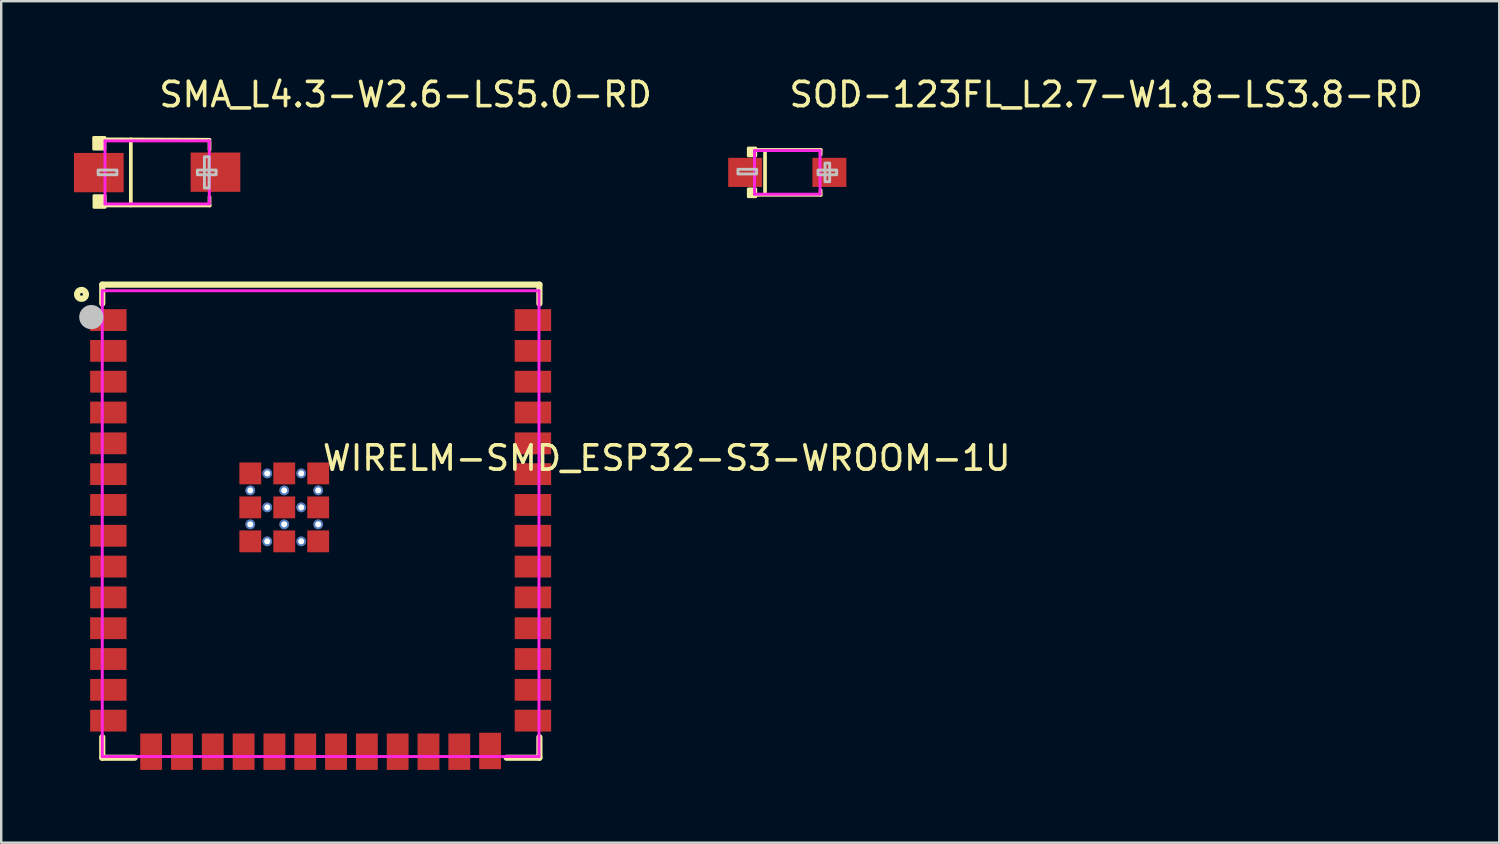
<source format=kicad_pcb>
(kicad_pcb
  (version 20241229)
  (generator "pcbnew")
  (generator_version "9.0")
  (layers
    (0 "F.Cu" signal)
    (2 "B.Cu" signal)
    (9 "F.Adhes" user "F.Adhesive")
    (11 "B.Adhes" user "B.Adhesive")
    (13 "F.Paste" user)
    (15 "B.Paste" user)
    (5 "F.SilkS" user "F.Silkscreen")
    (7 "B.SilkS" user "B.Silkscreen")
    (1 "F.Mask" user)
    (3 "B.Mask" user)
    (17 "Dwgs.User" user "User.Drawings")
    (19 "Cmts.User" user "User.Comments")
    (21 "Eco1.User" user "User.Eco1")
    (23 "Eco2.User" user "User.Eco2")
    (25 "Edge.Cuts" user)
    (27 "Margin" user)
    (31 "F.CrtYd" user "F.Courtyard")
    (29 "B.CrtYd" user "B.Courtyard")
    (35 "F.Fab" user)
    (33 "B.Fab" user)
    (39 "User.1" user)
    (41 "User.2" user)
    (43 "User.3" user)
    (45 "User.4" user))
  (footprint "SMA_L4.3-W2.6-LS5.0-RD"
    (layer "F.Cu")
    (at 3.427 4.055)
    (property "Reference" "SMA_L4.3-W2.6-LS5.0-RD" (at 0 -3.207 0) (layer "F.SilkS") (effects (font (size 1 1) (thickness 0.15)) (justify left)))
    (attr through_hole)
    (fp_line (start -2.526 -1.364) (end 2.159 -1.346) (stroke (width 0.152) (type solid)) (layer "F.SilkS"))
    (fp_line (start -2.504 1.364) (end 2.165 1.364) (stroke (width 0.152) (type solid)) (layer "F.SilkS"))
    (fp_line (start -1.085 -1.364) (end -1.085 1.364) (stroke (width 0.152) (type solid)) (layer "F.SilkS"))
    (fp_line (start 2.159 -1.27) (end 2.159 -0.919) (stroke (width 0.152) (type solid)) (layer "F.SilkS"))
    (fp_line (start 2.159 1.364) (end 2.159 1.013) (stroke (width 0.152) (type solid)) (layer "F.SilkS"))
    (fp_poly (pts (xy -2.158 -1.44) (xy -2.158 -0.962) (xy -2.615 -0.962) (xy -2.615 -1.44)) (stroke (width 0.12) (type solid)) (fill yes) (layer "F.SilkS"))
    (fp_poly (pts (xy -2.145 1.44) (xy -2.145 0.962) (xy -2.602 0.962) (xy -2.602 1.44)) (stroke (width 0.12) (type solid)) (fill yes) (layer "F.SilkS"))
    (fp_poly (pts (xy -2.432 0.097) (xy -2.432 -0.097) (xy -1.659 -0.097) (xy -1.659 0.097)) (stroke (width 0.12) (type solid)) (fill no) (layer "Dwgs.User"))
    (fp_poly (pts (xy 2.142 0.644) (xy 2.142 -0.644) (xy 1.949 -0.644) (xy 1.949 0.644)) (stroke (width 0.12) (type solid)) (fill no) (layer "Dwgs.User"))
    (fp_poly (pts (xy 2.432 0.097) (xy 2.432 -0.097) (xy 1.659 -0.097) (xy 1.659 0.097)) (stroke (width 0.12) (type solid)) (fill no) (layer "Dwgs.User"))
    (fp_circle (center -2.5 1.3) (end -2.47 1.3) (stroke (width 0.06) (type solid)) (fill no) (layer "Eco2.User"))
    (fp_poly (pts (xy -2.5 -0.75) (xy -2.5 0.75) (xy -1.36 0.75) (xy -1.36 -0.75)) (stroke (width 0.12) (type solid)) (fill no) (layer "Eco2.User"))
    (fp_poly (pts (xy 2.5 0.75) (xy 2.5 -0.75) (xy 1.36 -0.75) (xy 1.36 0.75)) (stroke (width 0.12) (type solid)) (fill no) (layer "Eco2.User"))
    (fp_line (start -2.15 -1.3) (end 2.15 -1.3) (stroke (width 0.12) (type solid)) (layer "F.CrtYd"))
    (fp_line (start -2.15 1.3) (end -2.15 -1.3) (stroke (width 0.12) (type solid)) (layer "F.CrtYd"))
    (fp_line (start 2.15 -1.3) (end 2.15 1.3) (stroke (width 0.12) (type solid)) (layer "F.CrtYd"))
    (fp_line (start 2.15 1.3) (end -2.15 1.3) (stroke (width 0.12) (type solid)) (layer "F.CrtYd"))
    (pad "1" smd rect (at -2.404 0.009) (size 2.046 1.62) (layers "F.Cu" "F.Mask" "F.Paste"))
    (pad "2" smd rect (at 2.404 -0.009 180) (size 2.046 1.62) (layers "F.Cu" "F.Mask" "F.Paste")))
  (footprint "SOD-123FL_L2.7-W1.8-LS3.8-RD"
    (layer "F.Cu")
    (at 29.398 4.055)
    (property "Reference" "SOD-123FL_L2.7-W1.8-LS3.8-RD" (at 0 -3.207 0) (layer "F.SilkS") (effects (font (size 1 1) (thickness 0.15)) (justify left)))
    (attr through_hole)
    (fp_line (start -1.376 -0.926) (end 1.376 -0.926) (stroke (width 0.152) (type solid)) (layer "F.SilkS"))
    (fp_line (start -1.376 0.926) (end 1.376 0.926) (stroke (width 0.152) (type solid)) (layer "F.SilkS"))
    (fp_line (start -0.917 -0.876) (end -0.917 0.876) (stroke (width 0.152) (type solid)) (layer "F.SilkS"))
    (fp_line (start 1.376 -0.926) (end 1.376 -0.733) (stroke (width 0.152) (type solid)) (layer "F.SilkS"))
    (fp_line (start 1.376 0.926) (end 1.376 0.733) (stroke (width 0.152) (type solid)) (layer "F.SilkS"))
    (fp_poly (pts (xy -1.3 -1.002) (xy -1.3 -0.682) (xy -1.605 -0.682) (xy -1.605 -1.002)) (stroke (width 0.12) (type solid)) (fill yes) (layer "F.SilkS"))
    (fp_poly (pts (xy -1.3 1.002) (xy -1.3 0.682) (xy -1.605 0.682) (xy -1.605 1.002)) (stroke (width 0.12) (type solid)) (fill yes) (layer "F.SilkS"))
    (fp_poly (pts (xy -2.032 -0.127) (xy -2.032 0.065) (xy -1.264 0.065) (xy -1.264 -0.127)) (stroke (width 0.12) (type solid)) (fill no) (layer "Dwgs.User"))
    (fp_poly (pts (xy 1.747 0.384) (xy 1.555 0.384) (xy 1.555 -0.384) (xy 1.747 -0.384)) (stroke (width 0.12) (type solid)) (fill no) (layer "Dwgs.User"))
    (fp_poly (pts (xy 2.035 -0.096) (xy 2.035 0.096) (xy 1.267 0.096) (xy 1.267 -0.096)) (stroke (width 0.12) (type solid)) (fill no) (layer "Dwgs.User"))
    (fp_circle (center -1.95 0.9) (end -1.92 0.9) (stroke (width 0.06) (type solid)) (fill no) (layer "Eco2.User"))
    (fp_poly (pts (xy -1.95 -0.475) (xy -1.15 -0.475) (xy -1.15 0.475) (xy -1.95 0.475)) (stroke (width 0.12) (type solid)) (fill no) (layer "Eco2.User"))
    (fp_poly (pts (xy 1.95 0.475) (xy 1.15 0.475) (xy 1.15 -0.475) (xy 1.95 -0.475)) (stroke (width 0.12) (type solid)) (fill no) (layer "Eco2.User"))
    (fp_line (start -1.35 -0.9) (end 1.35 -0.9) (stroke (width 0.12) (type solid)) (layer "F.CrtYd"))
    (fp_line (start -1.35 0.9) (end -1.35 -0.9) (stroke (width 0.12) (type solid)) (layer "F.CrtYd"))
    (fp_line (start 1.35 -0.9) (end 1.35 0.9) (stroke (width 0.12) (type solid)) (layer "F.CrtYd"))
    (fp_line (start 1.35 0.9) (end -1.35 0.9) (stroke (width 0.12) (type solid)) (layer "F.CrtYd"))
    (pad "1" smd rect (at -1.735 0) (size 1.4 1.2) (layers "F.Cu" "F.Mask" "F.Paste"))
    (pad "2" smd rect (at 1.735 0) (size 1.4 1.2) (layers "F.Cu" "F.Mask" "F.Paste")))
  (footprint "WIRELM-SMD_ESP32-S3-WROOM-1U"
    (layer "F.Cu")
    (at 10.165 19.037)
    (property "Reference" "WIRELM-SMD_ESP32-S3-WROOM-1U" (at 0 -3.207 0) (layer "F.SilkS") (effects (font (size 1 1) (thickness 0.15)) (justify left)))
    (attr through_hole)
    (fp_line (start -9 -10.355) (end -9 -9.576) (stroke (width 0.254) (type solid)) (layer "F.SilkS"))
    (fp_line (start -9 -10.355) (end 9.017 -10.355) (stroke (width 0.254) (type solid)) (layer "F.SilkS"))
    (fp_line (start -9 8.296) (end -9 9.144) (stroke (width 0.254) (type solid)) (layer "F.SilkS"))
    (fp_line (start -9 9.144) (end -7.666 9.144) (stroke (width 0.254) (type solid)) (layer "F.SilkS"))
    (fp_line (start 7.666 9.144) (end 9.017 9.144) (stroke (width 0.254) (type solid)) (layer "F.SilkS"))
    (fp_line (start 9.017 -9.576) (end 9.017 -10.355) (stroke (width 0.254) (type solid)) (layer "F.SilkS"))
    (fp_line (start 9.017 9.144) (end 9.017 8.296) (stroke (width 0.254) (type solid)) (layer "F.SilkS"))
    (fp_circle (center -9.855 -9.954) (end -9.672 -9.954) (stroke (width 0.254) (type solid)) (fill no) (layer "F.SilkS"))
    (fp_circle (center -9.451 -9.018) (end -9.201 -9.018) (stroke (width 0.5) (type solid)) (fill no) (layer "Dwgs.User"))
    (fp_circle (center -9 -10.105) (end -8.97 -10.105) (stroke (width 0.06) (type solid)) (fill no) (layer "Eco2.User"))
    (fp_poly (pts (xy -9 -9.32) (xy -8.1 -9.32) (xy -8.1 -8.47) (xy -9 -8.47)) (stroke (width 0.12) (type solid)) (fill no) (layer "Eco2.User"))
    (fp_poly (pts (xy -9 -8.05) (xy -8.1 -8.05) (xy -8.1 -7.2) (xy -9 -7.2)) (stroke (width 0.12) (type solid)) (fill no) (layer "Eco2.User"))
    (fp_poly (pts (xy -9 -6.78) (xy -8.1 -6.78) (xy -8.1 -5.93) (xy -9 -5.93)) (stroke (width 0.12) (type solid)) (fill no) (layer "Eco2.User"))
    (fp_poly (pts (xy -9 -5.51) (xy -8.1 -5.51) (xy -8.1 -4.66) (xy -9 -4.66)) (stroke (width 0.12) (type solid)) (fill no) (layer "Eco2.User"))
    (fp_poly (pts (xy -9 -4.24) (xy -8.1 -4.24) (xy -8.1 -3.39) (xy -9 -3.39)) (stroke (width 0.12) (type solid)) (fill no) (layer "Eco2.User"))
    (fp_poly (pts (xy -9 -2.97) (xy -8.1 -2.97) (xy -8.1 -2.12) (xy -9 -2.12)) (stroke (width 0.12) (type solid)) (fill no) (layer "Eco2.User"))
    (fp_poly (pts (xy -9 -1.7) (xy -8.1 -1.7) (xy -8.1 -0.85) (xy -9 -0.85)) (stroke (width 0.12) (type solid)) (fill no) (layer "Eco2.User"))
    (fp_poly (pts (xy -9 -0.43) (xy -8.1 -0.43) (xy -8.1 0.42) (xy -9 0.42)) (stroke (width 0.12) (type solid)) (fill no) (layer "Eco2.User"))
    (fp_poly (pts (xy -9 0.84) (xy -8.1 0.84) (xy -8.1 1.69) (xy -9 1.69)) (stroke (width 0.12) (type solid)) (fill no) (layer "Eco2.User"))
    (fp_poly (pts (xy -9 2.11) (xy -8.1 2.11) (xy -8.1 2.96) (xy -9 2.96)) (stroke (width 0.12) (type solid)) (fill no) (layer "Eco2.User"))
    (fp_poly (pts (xy -9 3.38) (xy -8.1 3.38) (xy -8.1 4.23) (xy -9 4.23)) (stroke (width 0.12) (type solid)) (fill no) (layer "Eco2.User"))
    (fp_poly (pts (xy -9 4.65) (xy -8.1 4.65) (xy -8.1 5.5) (xy -9 5.5)) (stroke (width 0.12) (type solid)) (fill no) (layer "Eco2.User"))
    (fp_poly (pts (xy -9 5.92) (xy -8.1 5.92) (xy -8.1 6.77) (xy -9 6.77)) (stroke (width 0.12) (type solid)) (fill no) (layer "Eco2.User"))
    (fp_poly (pts (xy -9 7.19) (xy -8.1 7.19) (xy -8.1 8.04) (xy -9 8.04)) (stroke (width 0.12) (type solid)) (fill no) (layer "Eco2.User"))
    (fp_poly (pts (xy -6.56 8.195) (xy -6.56 9.095) (xy -7.41 9.095) (xy -7.41 8.195)) (stroke (width 0.12) (type solid)) (fill no) (layer "Eco2.User"))
    (fp_poly (pts (xy -5.29 8.195) (xy -5.29 9.095) (xy -6.14 9.095) (xy -6.14 8.195)) (stroke (width 0.12) (type solid)) (fill no) (layer "Eco2.User"))
    (fp_poly (pts (xy -4.02 8.195) (xy -4.02 9.095) (xy -4.87 9.095) (xy -4.87 8.195)) (stroke (width 0.12) (type solid)) (fill no) (layer "Eco2.User"))
    (fp_poly (pts (xy -3.35 -2.125) (xy -3.35 -3.025) (xy -2.45 -3.025) (xy -2.45 -2.125)) (stroke (width 0.12) (type solid)) (fill no) (layer "Eco2.User"))
    (fp_poly (pts (xy -3.35 -0.725) (xy -3.35 -1.625) (xy -2.45 -1.625) (xy -2.45 -0.725)) (stroke (width 0.12) (type solid)) (fill no) (layer "Eco2.User"))
    (fp_poly (pts (xy -3.35 0.675) (xy -3.35 -0.225) (xy -2.45 -0.225) (xy -2.45 0.675)) (stroke (width 0.12) (type solid)) (fill no) (layer "Eco2.User"))
    (fp_poly (pts (xy -2.75 8.195) (xy -2.75 9.095) (xy -3.6 9.095) (xy -3.6 8.195)) (stroke (width 0.12) (type solid)) (fill no) (layer "Eco2.User"))
    (fp_poly (pts (xy -1.95 -2.125) (xy -1.95 -3.025) (xy -1.05 -3.025) (xy -1.05 -2.125)) (stroke (width 0.12) (type solid)) (fill no) (layer "Eco2.User"))
    (fp_poly (pts (xy -1.95 -0.725) (xy -1.95 -1.625) (xy -1.05 -1.625) (xy -1.05 -0.725)) (stroke (width 0.12) (type solid)) (fill no) (layer "Eco2.User"))
    (fp_poly (pts (xy -1.95 0.675) (xy -1.95 -0.225) (xy -1.05 -0.225) (xy -1.05 0.675)) (stroke (width 0.12) (type solid)) (fill no) (layer "Eco2.User"))
    (fp_poly (pts (xy -1.48 8.195) (xy -1.48 9.095) (xy -2.33 9.095) (xy -2.33 8.195)) (stroke (width 0.12) (type solid)) (fill no) (layer "Eco2.User"))
    (fp_poly (pts (xy -0.55 -2.125) (xy -0.55 -3.025) (xy 0.35 -3.025) (xy 0.35 -2.125)) (stroke (width 0.12) (type solid)) (fill no) (layer "Eco2.User"))
    (fp_poly (pts (xy -0.55 -0.725) (xy -0.55 -1.625) (xy 0.35 -1.625) (xy 0.35 -0.725)) (stroke (width 0.12) (type solid)) (fill no) (layer "Eco2.User"))
    (fp_poly (pts (xy -0.55 0.675) (xy -0.55 -0.225) (xy 0.35 -0.225) (xy 0.35 0.675)) (stroke (width 0.12) (type solid)) (fill no) (layer "Eco2.User"))
    (fp_poly (pts (xy -0.21 8.195) (xy -0.21 9.095) (xy -1.06 9.095) (xy -1.06 8.195)) (stroke (width 0.12) (type solid)) (fill no) (layer "Eco2.User"))
    (fp_poly (pts (xy 1.06 8.195) (xy 1.06 9.095) (xy 0.21 9.095) (xy 0.21 8.195)) (stroke (width 0.12) (type solid)) (fill no) (layer "Eco2.User"))
    (fp_poly (pts (xy 2.33 8.195) (xy 2.33 9.095) (xy 1.48 9.095) (xy 1.48 8.195)) (stroke (width 0.12) (type solid)) (fill no) (layer "Eco2.User"))
    (fp_poly (pts (xy 3.6 8.195) (xy 3.6 9.095) (xy 2.75 9.095) (xy 2.75 8.195)) (stroke (width 0.12) (type solid)) (fill no) (layer "Eco2.User"))
    (fp_poly (pts (xy 4.87 8.195) (xy 4.87 9.095) (xy 4.02 9.095) (xy 4.02 8.195)) (stroke (width 0.12) (type solid)) (fill no) (layer "Eco2.User"))
    (fp_poly (pts (xy 6.14 8.195) (xy 6.14 9.095) (xy 5.29 9.095) (xy 5.29 8.195)) (stroke (width 0.12) (type solid)) (fill no) (layer "Eco2.User"))
    (fp_poly (pts (xy 7.41 8.195) (xy 7.41 9.095) (xy 6.56 9.095) (xy 6.56 8.195)) (stroke (width 0.12) (type solid)) (fill no) (layer "Eco2.User"))
    (fp_poly (pts (xy 9 -8.47) (xy 8.1 -8.47) (xy 8.1 -9.32) (xy 9 -9.32)) (stroke (width 0.12) (type solid)) (fill no) (layer "Eco2.User"))
    (fp_poly (pts (xy 9 -7.2) (xy 8.1 -7.2) (xy 8.1 -8.05) (xy 9 -8.05)) (stroke (width 0.12) (type solid)) (fill no) (layer "Eco2.User"))
    (fp_poly (pts (xy 9 -5.93) (xy 8.1 -5.93) (xy 8.1 -6.78) (xy 9 -6.78)) (stroke (width 0.12) (type solid)) (fill no) (layer "Eco2.User"))
    (fp_poly (pts (xy 9 -4.66) (xy 8.1 -4.66) (xy 8.1 -5.51) (xy 9 -5.51)) (stroke (width 0.12) (type solid)) (fill no) (layer "Eco2.User"))
    (fp_poly (pts (xy 9 -3.39) (xy 8.1 -3.39) (xy 8.1 -4.24) (xy 9 -4.24)) (stroke (width 0.12) (type solid)) (fill no) (layer "Eco2.User"))
    (fp_poly (pts (xy 9 -2.12) (xy 8.1 -2.12) (xy 8.1 -2.97) (xy 9 -2.97)) (stroke (width 0.12) (type solid)) (fill no) (layer "Eco2.User"))
    (fp_poly (pts (xy 9 -0.85) (xy 8.1 -0.85) (xy 8.1 -1.7) (xy 9 -1.7)) (stroke (width 0.12) (type solid)) (fill no) (layer "Eco2.User"))
    (fp_poly (pts (xy 9 0.42) (xy 8.1 0.42) (xy 8.1 -0.43) (xy 9 -0.43)) (stroke (width 0.12) (type solid)) (fill no) (layer "Eco2.User"))
    (fp_poly (pts (xy 9 1.69) (xy 8.1 1.69) (xy 8.1 0.84) (xy 9 0.84)) (stroke (width 0.12) (type solid)) (fill no) (layer "Eco2.User"))
    (fp_poly (pts (xy 9 2.96) (xy 8.1 2.96) (xy 8.1 2.11) (xy 9 2.11)) (stroke (width 0.12) (type solid)) (fill no) (layer "Eco2.User"))
    (fp_poly (pts (xy 9 4.23) (xy 8.1 4.23) (xy 8.1 3.38) (xy 9 3.38)) (stroke (width 0.12) (type solid)) (fill no) (layer "Eco2.User"))
    (fp_poly (pts (xy 9 5.5) (xy 8.1 5.5) (xy 8.1 4.65) (xy 9 4.65)) (stroke (width 0.12) (type solid)) (fill no) (layer "Eco2.User"))
    (fp_poly (pts (xy 9 6.77) (xy 8.1 6.77) (xy 8.1 5.92) (xy 9 5.92)) (stroke (width 0.12) (type solid)) (fill no) (layer "Eco2.User"))
    (fp_poly (pts (xy 9 8.04) (xy 8.1 8.04) (xy 8.1 7.19) (xy 9 7.19)) (stroke (width 0.12) (type solid)) (fill no) (layer "Eco2.User"))
    (fp_line (start -9 -10.105) (end 9 -10.105) (stroke (width 0.12) (type solid)) (layer "F.CrtYd"))
    (fp_line (start -9 9.095) (end -9 -10.105) (stroke (width 0.12) (type solid)) (layer "F.CrtYd"))
    (fp_line (start 9 -10.105) (end 9 9.095) (stroke (width 0.12) (type solid)) (layer "F.CrtYd"))
    (fp_line (start 9 9.095) (end -9 9.095) (stroke (width 0.12) (type solid)) (layer "F.CrtYd"))
    (pad "" thru_hole circle (at -2.9 -1.875) (size 0.4 0.4) (drill 0.25) (layers "*.Cu" "*.Mask"))
    (pad "" thru_hole circle (at -2.9 -0.475) (size 0.4 0.4) (drill 0.25) (layers "*.Cu" "*.Mask"))
    (pad "" thru_hole circle (at -2.2 -2.575) (size 0.4 0.4) (drill 0.25) (layers "*.Cu" "*.Mask"))
    (pad "" thru_hole circle (at -2.2 -1.175) (size 0.4 0.4) (drill 0.25) (layers "*.Cu" "*.Mask"))
    (pad "" thru_hole circle (at -2.2 0.225) (size 0.4 0.4) (drill 0.25) (layers "*.Cu" "*.Mask"))
    (pad "" thru_hole circle (at -1.5 -1.875) (size 0.4 0.4) (drill 0.25) (layers "*.Cu" "*.Mask"))
    (pad "" thru_hole circle (at -1.5 -0.475) (size 0.4 0.4) (drill 0.25) (layers "*.Cu" "*.Mask"))
    (pad "" thru_hole circle (at -0.8 -2.575) (size 0.4 0.4) (drill 0.25) (layers "*.Cu" "*.Mask"))
    (pad "" thru_hole circle (at -0.8 -1.175) (size 0.4 0.4) (drill 0.25) (layers "*.Cu" "*.Mask"))
    (pad "" thru_hole circle (at -0.8 0.225) (size 0.4 0.4) (drill 0.25) (layers "*.Cu" "*.Mask"))
    (pad "" thru_hole circle (at -0.1 -1.875) (size 0.4 0.4) (drill 0.25) (layers "*.Cu" "*.Mask"))
    (pad "" thru_hole circle (at -0.1 -0.475) (size 0.4 0.4) (drill 0.25) (layers "*.Cu" "*.Mask"))
    (pad "1" smd rect (at -8.75 -8.895) (size 1.5 0.9) (layers "F.Cu" "F.Mask" "F.Paste"))
    (pad "2" smd rect (at -8.75 -7.625) (size 1.5 0.9) (layers "F.Cu" "F.Mask" "F.Paste"))
    (pad "3" smd rect (at -8.75 -6.355) (size 1.5 0.9) (layers "F.Cu" "F.Mask" "F.Paste"))
    (pad "4" smd rect (at -8.75 -5.085) (size 1.5 0.9) (layers "F.Cu" "F.Mask" "F.Paste"))
    (pad "5" smd rect (at -8.75 -3.815) (size 1.5 0.9) (layers "F.Cu" "F.Mask" "F.Paste"))
    (pad "6" smd rect (at -8.75 -2.545) (size 1.5 0.9) (layers "F.Cu" "F.Mask" "F.Paste"))
    (pad "7" smd rect (at -8.75 -1.275) (size 1.5 0.9) (layers "F.Cu" "F.Mask" "F.Paste"))
    (pad "8" smd rect (at -8.75 -0.005) (size 1.5 0.9) (layers "F.Cu" "F.Mask" "F.Paste"))
    (pad "9" smd rect (at -8.75 1.265) (size 1.5 0.9) (layers "F.Cu" "F.Mask" "F.Paste"))
    (pad "10" smd rect (at -8.75 2.535) (size 1.5 0.9) (layers "F.Cu" "F.Mask" "F.Paste"))
    (pad "11" smd rect (at -8.75 3.805) (size 1.5 0.9) (layers "F.Cu" "F.Mask" "F.Paste"))
    (pad "12" smd rect (at -8.75 5.075) (size 1.5 0.9) (layers "F.Cu" "F.Mask" "F.Paste"))
    (pad "13" smd rect (at -8.75 6.345) (size 1.5 0.9) (layers "F.Cu" "F.Mask" "F.Paste"))
    (pad "14" smd rect (at -8.75 7.615) (size 1.5 0.9) (layers "F.Cu" "F.Mask" "F.Paste"))
    (pad "15" smd rect (at -6.985 8.895 90) (size 1.5 0.9) (layers "F.Cu" "F.Mask" "F.Paste"))
    (pad "16" smd rect (at -5.715 8.895 90) (size 1.5 0.9) (layers "F.Cu" "F.Mask" "F.Paste"))
    (pad "17" smd rect (at -4.445 8.895 90) (size 1.5 0.9) (layers "F.Cu" "F.Mask" "F.Paste"))
    (pad "18" smd rect (at -3.175 8.895 90) (size 1.5 0.9) (layers "F.Cu" "F.Mask" "F.Paste"))
    (pad "19" smd rect (at -1.905 8.895 90) (size 1.5 0.9) (layers "F.Cu" "F.Mask" "F.Paste"))
    (pad "20" smd rect (at -0.635 8.895 90) (size 1.5 0.9) (layers "F.Cu" "F.Mask" "F.Paste"))
    (pad "21" smd rect (at 0.635 8.895 90) (size 1.5 0.9) (layers "F.Cu" "F.Mask" "F.Paste"))
    (pad "22" smd rect (at 1.905 8.895 90) (size 1.5 0.9) (layers "F.Cu" "F.Mask" "F.Paste"))
    (pad "23" smd rect (at 3.175 8.895 90) (size 1.5 0.9) (layers "F.Cu" "F.Mask" "F.Paste"))
    (pad "24" smd rect (at 4.445 8.895 90) (size 1.5 0.9) (layers "F.Cu" "F.Mask" "F.Paste"))
    (pad "25" smd rect (at 5.715 8.895 90) (size 1.5 0.9) (layers "F.Cu" "F.Mask" "F.Paste"))
    (pad "26" smd rect (at 6.985 8.865 90) (size 1.5 0.9) (layers "F.Cu" "F.Mask" "F.Paste"))
    (pad "27" smd rect (at 8.75 7.615 180) (size 1.5 0.9) (layers "F.Cu" "F.Mask" "F.Paste"))
    (pad "28" smd rect (at 8.75 6.345 180) (size 1.5 0.9) (layers "F.Cu" "F.Mask" "F.Paste"))
    (pad "29" smd rect (at 8.75 5.075 180) (size 1.5 0.9) (layers "F.Cu" "F.Mask" "F.Paste"))
    (pad "30" smd rect (at 8.75 3.805 180) (size 1.5 0.9) (layers "F.Cu" "F.Mask" "F.Paste"))
    (pad "31" smd rect (at 8.75 2.535 180) (size 1.5 0.9) (layers "F.Cu" "F.Mask" "F.Paste"))
    (pad "32" smd rect (at 8.75 1.265 180) (size 1.5 0.9) (layers "F.Cu" "F.Mask" "F.Paste"))
    (pad "33" smd rect (at 8.75 -0.005 180) (size 1.5 0.9) (layers "F.Cu" "F.Mask" "F.Paste"))
    (pad "34" smd rect (at 8.75 -1.275 180) (size 1.5 0.9) (layers "F.Cu" "F.Mask" "F.Paste"))
    (pad "35" smd rect (at 8.75 -2.545 180) (size 1.5 0.9) (layers "F.Cu" "F.Mask" "F.Paste"))
    (pad "36" smd rect (at 8.75 -3.815 180) (size 1.5 0.9) (layers "F.Cu" "F.Mask" "F.Paste"))
    (pad "37" smd rect (at 8.75 -5.085 180) (size 1.5 0.9) (layers "F.Cu" "F.Mask" "F.Paste"))
    (pad "38" smd rect (at 8.75 -6.355 180) (size 1.5 0.9) (layers "F.Cu" "F.Mask" "F.Paste"))
    (pad "39" smd rect (at 8.75 -7.625 180) (size 1.5 0.9) (layers "F.Cu" "F.Mask" "F.Paste"))
    (pad "40" smd rect (at 8.75 -8.895 180) (size 1.5 0.9) (layers "F.Cu" "F.Mask" "F.Paste"))
    (pad "41" smd rect (at -2.9 -2.575 90) (size 0.9 0.9) (layers "F.Cu" "F.Mask" "F.Paste"))
    (pad "41" smd rect (at -2.9 -1.175 90) (size 0.9 0.9) (layers "F.Cu" "F.Mask" "F.Paste"))
    (pad "41" smd rect (at -2.9 0.225 90) (size 0.9 0.9) (layers "F.Cu" "F.Mask" "F.Paste"))
    (pad "41" smd rect (at -1.5 -2.575 90) (size 0.9 0.9) (layers "F.Cu" "F.Mask" "F.Paste"))
    (pad "41" smd rect (at -1.5 -1.175 90) (size 0.9 0.9) (layers "F.Cu" "F.Mask" "F.Paste"))
    (pad "41" smd rect (at -1.5 0.225 90) (size 0.9 0.9) (layers "F.Cu" "F.Mask" "F.Paste"))
    (pad "41" smd rect (at -0.1 -2.575 90) (size 0.9 0.9) (layers "F.Cu" "F.Mask" "F.Paste"))
    (pad "41" smd rect (at -0.1 -1.175 90) (size 0.9 0.9) (layers "F.Cu" "F.Mask" "F.Paste"))
    (pad "41" smd rect (at -0.1 0.225 90) (size 0.9 0.9) (layers "F.Cu" "F.Mask" "F.Paste")))
  (gr_rect
    (start -3 -3)
    (end 58.743 31.682)
    (stroke (width 0.1) (type default))
    (fill no)
    (layer "Edge.Cuts")))
</source>
